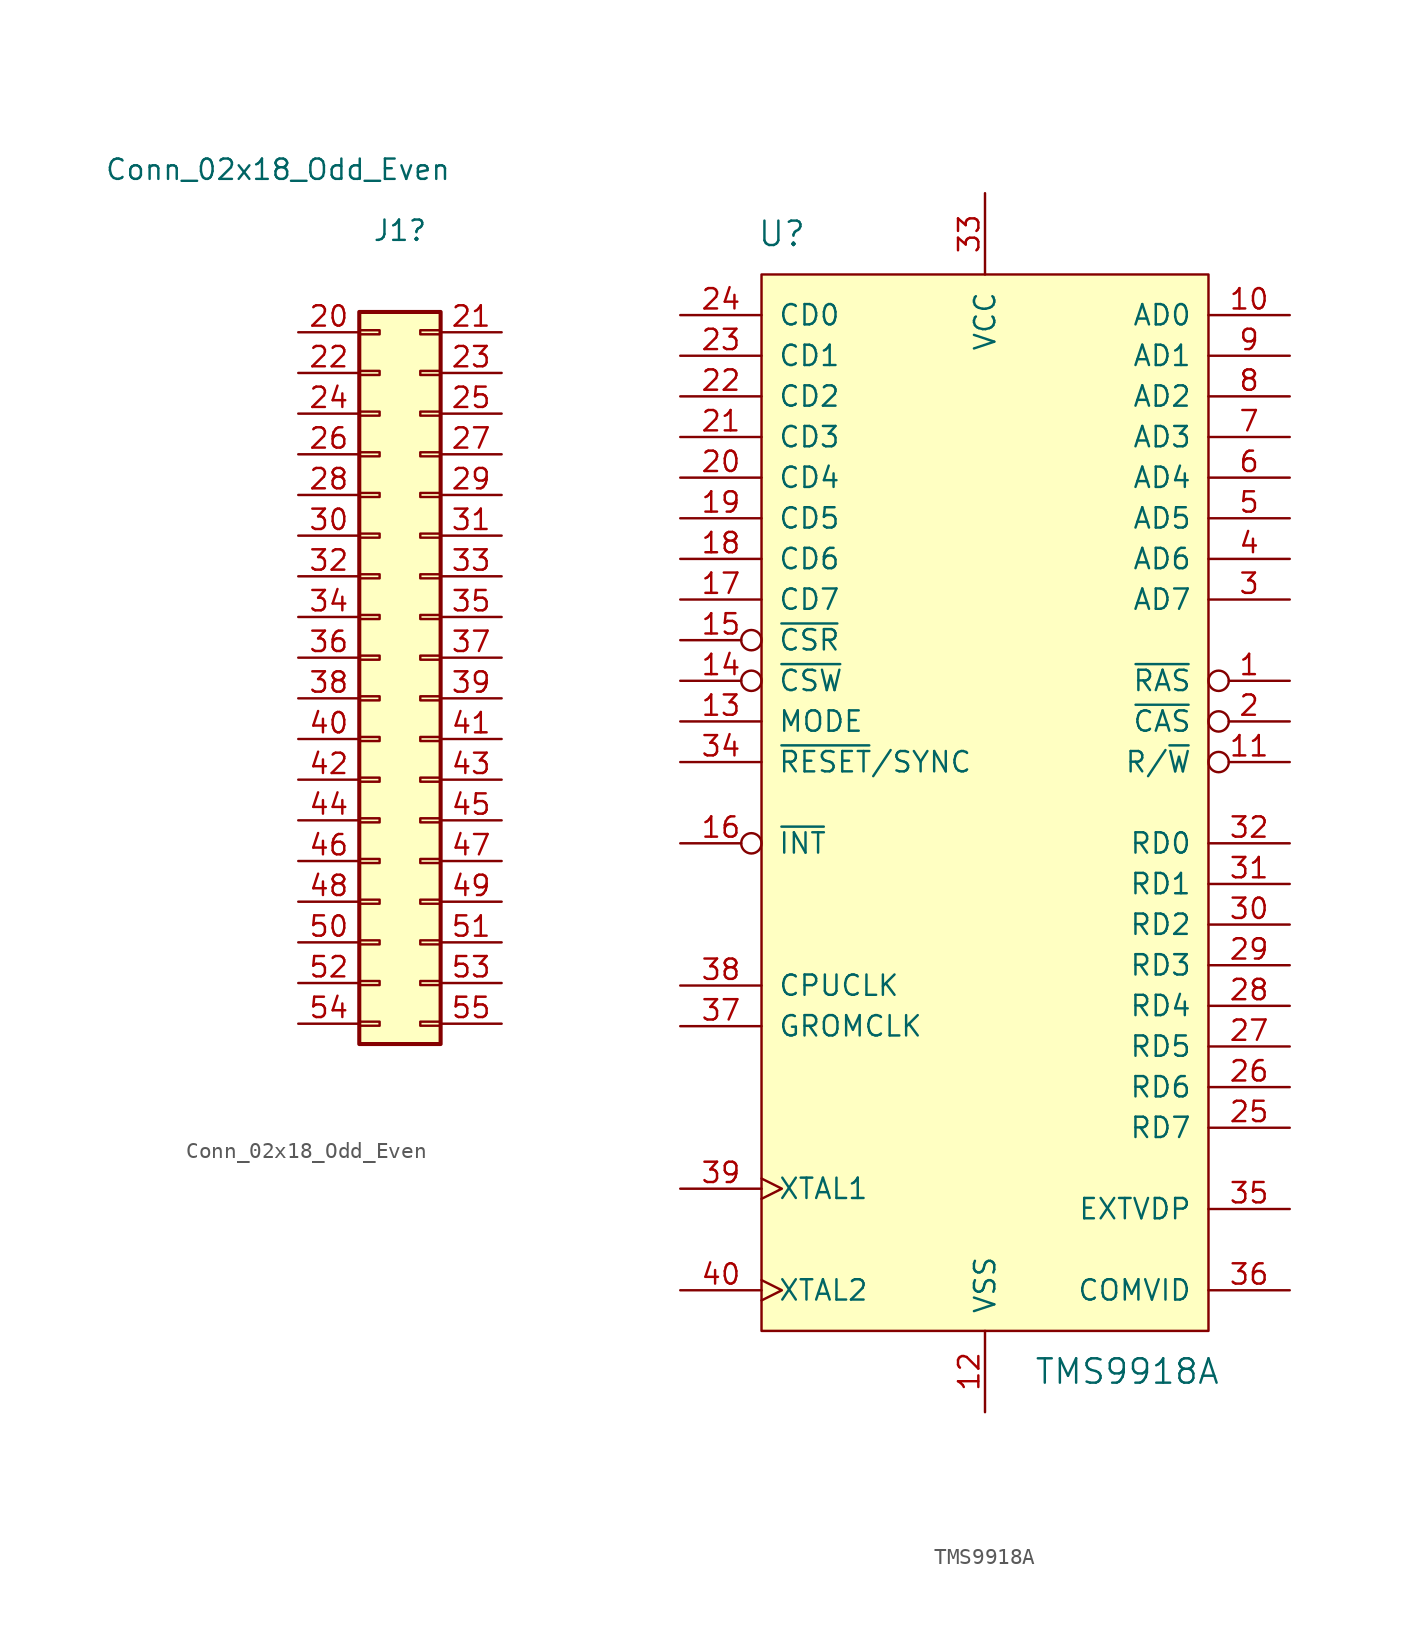
<source format=kicad_sym>
(kicad_symbol_lib
  (version 20211014)
  (generator kicad_symbol_editor)
  (symbol "Conn_02x18_Odd_Even"
    (pin_names
      (offset 1.016) hide)
    (property "Reference" "J1"
      (at 1.27 26.67 0)
      (effects (font (size 1.27 1.27))))
    (property "Value" "Conn_02x18_Odd_Even"
      (at -6.35 30.48 0)
      (effects (font (size 1.27 1.27))))
    (symbol "Conn_02x18_Odd_Even_1_1"
      (rectangle (start -1.27 -22.733) (end 0 -22.987) (stroke (width 0.152) (type default) (color 0 0 0 0)) (fill (type none)))
      (rectangle (start -1.27 -20.193) (end 0 -20.447) (stroke (width 0.152) (type default) (color 0 0 0 0)) (fill (type none)))
      (rectangle (start -1.27 -17.653) (end 0 -17.907) (stroke (width 0.152) (type default) (color 0 0 0 0)) (fill (type none)))
      (rectangle (start -1.27 -15.113) (end 0 -15.367) (stroke (width 0.152) (type default) (color 0 0 0 0)) (fill (type none)))
      (rectangle (start -1.27 -12.573) (end 0 -12.827) (stroke (width 0.152) (type default) (color 0 0 0 0)) (fill (type none)))
      (rectangle (start -1.27 -10.033) (end 0 -10.287) (stroke (width 0.152) (type default) (color 0 0 0 0)) (fill (type none)))
      (rectangle (start -1.27 -7.493) (end 0 -7.747) (stroke (width 0.152) (type default) (color 0 0 0 0)) (fill (type none)))
      (rectangle (start -1.27 -4.953) (end 0 -5.207) (stroke (width 0.152) (type default) (color 0 0 0 0)) (fill (type none)))
      (rectangle (start -1.27 -2.413) (end 0 -2.667) (stroke (width 0.152) (type default) (color 0 0 0 0)) (fill (type none)))
      (rectangle (start -1.27 0.127) (end 0 -0.127) (stroke (width 0.152) (type default) (color 0 0 0 0)) (fill (type none)))
      (rectangle (start -1.27 2.667) (end 0 2.413) (stroke (width 0.152) (type default) (color 0 0 0 0)) (fill (type none)))
      (rectangle (start -1.27 5.207) (end 0 4.953) (stroke (width 0.152) (type default) (color 0 0 0 0)) (fill (type none)))
      (rectangle (start -1.27 7.747) (end 0 7.493) (stroke (width 0.152) (type default) (color 0 0 0 0)) (fill (type none)))
      (rectangle (start -1.27 10.287) (end 0 10.033) (stroke (width 0.152) (type default) (color 0 0 0 0)) (fill (type none)))
      (rectangle (start -1.27 12.827) (end 0 12.573) (stroke (width 0.152) (type default) (color 0 0 0 0)) (fill (type none)))
      (rectangle (start -1.27 15.367) (end 0 15.113) (stroke (width 0.152) (type default) (color 0 0 0 0)) (fill (type none)))
      (rectangle (start -1.27 17.907) (end 0 17.653) (stroke (width 0.152) (type default) (color 0 0 0 0)) (fill (type none)))
      (rectangle (start -1.27 20.447) (end 0 20.193) (stroke (width 0.152) (type default) (color 0 0 0 0)) (fill (type none)))
      (rectangle (start -1.27 21.59) (end 3.81 -24.13) (stroke (width 0.254) (type default) (color 0 0 0 0)) (fill (type background)))
      (rectangle (start 3.81 -22.733) (end 2.54 -22.987) (stroke (width 0.152) (type default) (color 0 0 0 0)) (fill (type none)))
      (rectangle (start 3.81 -20.193) (end 2.54 -20.447) (stroke (width 0.152) (type default) (color 0 0 0 0)) (fill (type none)))
      (rectangle (start 3.81 -17.653) (end 2.54 -17.907) (stroke (width 0.152) (type default) (color 0 0 0 0)) (fill (type none)))
      (rectangle (start 3.81 -15.113) (end 2.54 -15.367) (stroke (width 0.152) (type default) (color 0 0 0 0)) (fill (type none)))
      (rectangle (start 3.81 -12.573) (end 2.54 -12.827) (stroke (width 0.152) (type default) (color 0 0 0 0)) (fill (type none)))
      (rectangle (start 3.81 -10.033) (end 2.54 -10.287) (stroke (width 0.152) (type default) (color 0 0 0 0)) (fill (type none)))
      (rectangle (start 3.81 -7.493) (end 2.54 -7.747) (stroke (width 0.152) (type default) (color 0 0 0 0)) (fill (type none)))
      (rectangle (start 3.81 -4.953) (end 2.54 -5.207) (stroke (width 0.152) (type default) (color 0 0 0 0)) (fill (type none)))
      (rectangle (start 3.81 -2.413) (end 2.54 -2.667) (stroke (width 0.152) (type default) (color 0 0 0 0)) (fill (type none)))
      (rectangle (start 3.81 0.127) (end 2.54 -0.127) (stroke (width 0.152) (type default) (color 0 0 0 0)) (fill (type none)))
      (rectangle (start 3.81 2.667) (end 2.54 2.413) (stroke (width 0.152) (type default) (color 0 0 0 0)) (fill (type none)))
      (rectangle (start 3.81 5.207) (end 2.54 4.953) (stroke (width 0.152) (type default) (color 0 0 0 0)) (fill (type none)))
      (rectangle (start 3.81 7.747) (end 2.54 7.493) (stroke (width 0.152) (type default) (color 0 0 0 0)) (fill (type none)))
      (rectangle (start 3.81 10.287) (end 2.54 10.033) (stroke (width 0.152) (type default) (color 0 0 0 0)) (fill (type none)))
      (rectangle (start 3.81 12.827) (end 2.54 12.573) (stroke (width 0.152) (type default) (color 0 0 0 0)) (fill (type none)))
      (rectangle (start 3.81 15.367) (end 2.54 15.113) (stroke (width 0.152) (type default) (color 0 0 0 0)) (fill (type none)))
      (rectangle (start 3.81 17.907) (end 2.54 17.653) (stroke (width 0.152) (type default) (color 0 0 0 0)) (fill (type none)))
      (rectangle (start 3.81 20.447) (end 2.54 20.193) (stroke (width 0.152) (type default) (color 0 0 0 0)) (fill (type none)))
      (pin passive line (at -5.08 20.32 0) (length 3.81) (name "Pin_1" (effects (font (size 1.27 1.27)))) (number "20" (effects (font (size 1.27 1.27)))))
      (pin passive line (at 7.62 20.32 180) (length 3.81) (name "Pin_2" (effects (font (size 1.27 1.27)))) (number "21" (effects (font (size 1.27 1.27)))))
      (pin passive line (at -5.08 17.78 0) (length 3.81) (name "Pin_3" (effects (font (size 1.27 1.27)))) (number "22" (effects (font (size 1.27 1.27)))))
      (pin passive line (at 7.62 17.78 180) (length 3.81) (name "Pin_4" (effects (font (size 1.27 1.27)))) (number "23" (effects (font (size 1.27 1.27)))))
      (pin passive line (at -5.08 15.24 0) (length 3.81) (name "Pin_4" (effects (font (size 1.27 1.27)))) (number "24" (effects (font (size 1.27 1.27)))))
      (pin passive line (at 7.62 15.24 180) (length 3.81) (name "Pin_6" (effects (font (size 1.27 1.27)))) (number "25" (effects (font (size 1.27 1.27)))))
      (pin passive line (at -5.08 12.7 0) (length 3.81) (name "Pin_7" (effects (font (size 1.27 1.27)))) (number "26" (effects (font (size 1.27 1.27)))))
      (pin passive line (at 7.62 12.7 180) (length 3.81) (name "Pin_8" (effects (font (size 1.27 1.27)))) (number "27" (effects (font (size 1.27 1.27)))))
      (pin passive line (at -5.08 10.16 0) (length 3.81) (name "Pin_9" (effects (font (size 1.27 1.27)))) (number "28" (effects (font (size 1.27 1.27)))))
      (pin passive line (at 7.62 10.16 180) (length 3.81) (name "Pin_10" (effects (font (size 1.27 1.27)))) (number "29" (effects (font (size 1.27 1.27)))))
      (pin passive line (at -5.08 7.62 0) (length 3.81) (name "Pin_11" (effects (font (size 1.27 1.27)))) (number "30" (effects (font (size 1.27 1.27)))))
      (pin passive line (at 7.62 7.62 180) (length 3.81) (name "Pin_12" (effects (font (size 1.27 1.27)))) (number "31" (effects (font (size 1.27 1.27)))))
      (pin passive line (at -5.08 5.08 0) (length 3.81) (name "Pin_13" (effects (font (size 1.27 1.27)))) (number "32" (effects (font (size 1.27 1.27)))))
      (pin passive line (at 7.62 5.08 180) (length 3.81) (name "Pin_14" (effects (font (size 1.27 1.27)))) (number "33" (effects (font (size 1.27 1.27)))))
      (pin passive line (at -5.08 2.54 0) (length 3.81) (name "Pin_15" (effects (font (size 1.27 1.27)))) (number "34" (effects (font (size 1.27 1.27)))))
      (pin passive line (at 7.62 2.54 180) (length 3.81) (name "Pin_16" (effects (font (size 1.27 1.27)))) (number "35" (effects (font (size 1.27 1.27)))))
      (pin passive line (at -5.08 0 0) (length 3.81) (name "Pin_17" (effects (font (size 1.27 1.27)))) (number "36" (effects (font (size 1.27 1.27)))))
      (pin passive line (at 7.62 0 180) (length 3.81) (name "Pin_18" (effects (font (size 1.27 1.27)))) (number "37" (effects (font (size 1.27 1.27)))))
      (pin passive line (at -5.08 -2.54 0) (length 3.81) (name "Pin_19" (effects (font (size 1.27 1.27)))) (number "38" (effects (font (size 1.27 1.27)))))
      (pin passive line (at 7.62 -2.54 180) (length 3.81) (name "Pin_20" (effects (font (size 1.27 1.27)))) (number "39" (effects (font (size 1.27 1.27)))))
      (pin passive line (at -5.08 -5.08 0) (length 3.81) (name "Pin_21" (effects (font (size 1.27 1.27)))) (number "40" (effects (font (size 1.27 1.27)))))
      (pin passive line (at 7.62 -5.08 180) (length 3.81) (name "Pin_22" (effects (font (size 1.27 1.27)))) (number "41" (effects (font (size 1.27 1.27)))))
      (pin passive line (at -5.08 -7.62 0) (length 3.81) (name "Pin_23" (effects (font (size 1.27 1.27)))) (number "42" (effects (font (size 1.27 1.27)))))
      (pin passive line (at 7.62 -7.62 180) (length 3.81) (name "Pin_24" (effects (font (size 1.27 1.27)))) (number "43" (effects (font (size 1.27 1.27)))))
      (pin passive line (at -5.08 -10.16 0) (length 3.81) (name "Pin_25" (effects (font (size 1.27 1.27)))) (number "44" (effects (font (size 1.27 1.27)))))
      (pin passive line (at 7.62 -10.16 180) (length 3.81) (name "Pin_26" (effects (font (size 1.27 1.27)))) (number "45" (effects (font (size 1.27 1.27)))))
      (pin passive line (at -5.08 -12.7 0) (length 3.81) (name "Pin_27" (effects (font (size 1.27 1.27)))) (number "46" (effects (font (size 1.27 1.27)))))
      (pin passive line (at 7.62 -12.7 180) (length 3.81) (name "Pin_28" (effects (font (size 1.27 1.27)))) (number "47" (effects (font (size 1.27 1.27)))))
      (pin passive line (at -5.08 -15.24 0) (length 3.81) (name "Pin_29" (effects (font (size 1.27 1.27)))) (number "48" (effects (font (size 1.27 1.27)))))
      (pin passive line (at 7.62 -15.24 180) (length 3.81) (name "Pin_30" (effects (font (size 1.27 1.27)))) (number "49" (effects (font (size 1.27 1.27)))))
      (pin passive line (at -5.08 -17.78 0) (length 3.81) (name "Pin_31" (effects (font (size 1.27 1.27)))) (number "50" (effects (font (size 1.27 1.27)))))
      (pin passive line (at 7.62 -17.78 180) (length 3.81) (name "Pin_32" (effects (font (size 1.27 1.27)))) (number "51" (effects (font (size 1.27 1.27)))))
      (pin passive line (at -5.08 -20.32 0) (length 3.81) (name "Pin_33" (effects (font (size 1.27 1.27)))) (number "52" (effects (font (size 1.27 1.27)))))
      (pin passive line (at 7.62 -20.32 180) (length 3.81) (name "Pin_34" (effects (font (size 1.27 1.27)))) (number "53" (effects (font (size 1.27 1.27)))))
      (pin passive line (at -5.08 -22.86 0) (length 3.81) (name "Pin_35" (effects (font (size 1.27 1.27)))) (number "54" (effects (font (size 1.27 1.27)))))
      (pin passive line (at 7.62 -22.86 180) (length 3.81) (name "Pin_36" (effects (font (size 1.27 1.27)))) (number "55" (effects (font (size 1.27 1.27)))))))
  (symbol "TMS9918A"
    (pin_names
      (offset 1.016))
    (property "Reference" "U"
      (at -12.7 35.56 0)
      (effects (font (size 1.524 1.524))))
    (property "Value" "TMS9918A"
      (at 8.89 -35.56 0)
      (effects (font (size 1.524 1.524))))
    (symbol "TMS9918A_0_1"
      (rectangle (start -13.97 33.02) (end 13.97 -33.02) (stroke (width 0) (type default) (color 0 0 0 0)) (fill (type background))))
    (symbol "TMS9918A_1_1"
      (pin output inverted (at 19.05 7.62 180) (length 5.08) (name "~{RAS}" (effects (font (size 1.27 1.27)))) (number "1" (effects (font (size 1.27 1.27)))))
      (pin output line (at 19.05 30.48 180) (length 5.08) (name "AD0" (effects (font (size 1.27 1.27)))) (number "10" (effects (font (size 1.27 1.27)))))
      (pin output inverted (at 19.05 2.54 180) (length 5.08) (name "R/~{W}" (effects (font (size 1.27 1.27)))) (number "11" (effects (font (size 1.27 1.27)))))
      (pin power_in line (at 0 -38.1 90) (length 5.08) (name "VSS" (effects (font (size 1.27 1.27)))) (number "12" (effects (font (size 1.27 1.27)))))
      (pin input line (at -19.05 5.08 0) (length 5.08) (name "MODE" (effects (font (size 1.27 1.27)))) (number "13" (effects (font (size 1.27 1.27)))))
      (pin input inverted (at -19.05 7.62 0) (length 5.08) (name "~{CSW}" (effects (font (size 1.27 1.27)))) (number "14" (effects (font (size 1.27 1.27)))))
      (pin input inverted (at -19.05 10.16 0) (length 5.08) (name "~{CSR}" (effects (font (size 1.27 1.27)))) (number "15" (effects (font (size 1.27 1.27)))))
      (pin output inverted (at -19.05 -2.54 0) (length 5.08) (name "~{INT}" (effects (font (size 1.27 1.27)))) (number "16" (effects (font (size 1.27 1.27)))))
      (pin bidirectional line (at -19.05 12.7 0) (length 5.08) (name "CD7" (effects (font (size 1.27 1.27)))) (number "17" (effects (font (size 1.27 1.27)))))
      (pin bidirectional line (at -19.05 15.24 0) (length 5.08) (name "CD6" (effects (font (size 1.27 1.27)))) (number "18" (effects (font (size 1.27 1.27)))))
      (pin bidirectional line (at -19.05 17.78 0) (length 5.08) (name "CD5" (effects (font (size 1.27 1.27)))) (number "19" (effects (font (size 1.27 1.27)))))
      (pin output inverted (at 19.05 5.08 180) (length 5.08) (name "~{CAS}" (effects (font (size 1.27 1.27)))) (number "2" (effects (font (size 1.27 1.27)))))
      (pin bidirectional line (at -19.05 20.32 0) (length 5.08) (name "CD4" (effects (font (size 1.27 1.27)))) (number "20" (effects (font (size 1.27 1.27)))))
      (pin bidirectional line (at -19.05 22.86 0) (length 5.08) (name "CD3" (effects (font (size 1.27 1.27)))) (number "21" (effects (font (size 1.27 1.27)))))
      (pin bidirectional line (at -19.05 25.4 0) (length 5.08) (name "CD2" (effects (font (size 1.27 1.27)))) (number "22" (effects (font (size 1.27 1.27)))))
      (pin bidirectional line (at -19.05 27.94 0) (length 5.08) (name "CD1" (effects (font (size 1.27 1.27)))) (number "23" (effects (font (size 1.27 1.27)))))
      (pin bidirectional line (at -19.05 30.48 0) (length 5.08) (name "CD0" (effects (font (size 1.27 1.27)))) (number "24" (effects (font (size 1.27 1.27)))))
      (pin input line (at 19.05 -20.32 180) (length 5.08) (name "RD7" (effects (font (size 1.27 1.27)))) (number "25" (effects (font (size 1.27 1.27)))))
      (pin input line (at 19.05 -17.78 180) (length 5.08) (name "RD6" (effects (font (size 1.27 1.27)))) (number "26" (effects (font (size 1.27 1.27)))))
      (pin input line (at 19.05 -15.24 180) (length 5.08) (name "RD5" (effects (font (size 1.27 1.27)))) (number "27" (effects (font (size 1.27 1.27)))))
      (pin input line (at 19.05 -12.7 180) (length 5.08) (name "RD4" (effects (font (size 1.27 1.27)))) (number "28" (effects (font (size 1.27 1.27)))))
      (pin input line (at 19.05 -10.16 180) (length 5.08) (name "RD3" (effects (font (size 1.27 1.27)))) (number "29" (effects (font (size 1.27 1.27)))))
      (pin output line (at 19.05 12.7 180) (length 5.08) (name "AD7" (effects (font (size 1.27 1.27)))) (number "3" (effects (font (size 1.27 1.27)))))
      (pin input line (at 19.05 -7.62 180) (length 5.08) (name "RD2" (effects (font (size 1.27 1.27)))) (number "30" (effects (font (size 1.27 1.27)))))
      (pin input line (at 19.05 -5.08 180) (length 5.08) (name "RD1" (effects (font (size 1.27 1.27)))) (number "31" (effects (font (size 1.27 1.27)))))
      (pin input line (at 19.05 -2.54 180) (length 5.08) (name "RD0" (effects (font (size 1.27 1.27)))) (number "32" (effects (font (size 1.27 1.27)))))
      (pin power_in line (at 0 38.1 270) (length 5.08) (name "VCC" (effects (font (size 1.27 1.27)))) (number "33" (effects (font (size 1.27 1.27)))))
      (pin input line (at -19.05 2.54 0) (length 5.08) (name "~{RESET}/SYNC" (effects (font (size 1.27 1.27)))) (number "34" (effects (font (size 1.27 1.27)))))
      (pin bidirectional line (at 19.05 -25.4 180) (length 5.08) (name "EXTVDP" (effects (font (size 1.27 1.27)))) (number "35" (effects (font (size 1.27 1.27)))))
      (pin output line (at 19.05 -30.48 180) (length 5.08) (name "COMVID" (effects (font (size 1.27 1.27)))) (number "36" (effects (font (size 1.27 1.27)))))
      (pin output line (at -19.05 -13.97 0) (length 5.08) (name "GROMCLK" (effects (font (size 1.27 1.27)))) (number "37" (effects (font (size 1.27 1.27)))))
      (pin output line (at -19.05 -11.43 0) (length 5.08) (name "CPUCLK" (effects (font (size 1.27 1.27)))) (number "38" (effects (font (size 1.27 1.27)))))
      (pin input clock (at -19.05 -24.13 0) (length 5.08) (name "XTAL1" (effects (font (size 1.27 1.27)))) (number "39" (effects (font (size 1.27 1.27)))))
      (pin output line (at 19.05 15.24 180) (length 5.08) (name "AD6" (effects (font (size 1.27 1.27)))) (number "4" (effects (font (size 1.27 1.27)))))
      (pin input clock (at -19.05 -30.48 0) (length 5.08) (name "XTAL2" (effects (font (size 1.27 1.27)))) (number "40" (effects (font (size 1.27 1.27)))))
      (pin output line (at 19.05 17.78 180) (length 5.08) (name "AD5" (effects (font (size 1.27 1.27)))) (number "5" (effects (font (size 1.27 1.27)))))
      (pin output line (at 19.05 20.32 180) (length 5.08) (name "AD4" (effects (font (size 1.27 1.27)))) (number "6" (effects (font (size 1.27 1.27)))))
      (pin output line (at 19.05 22.86 180) (length 5.08) (name "AD3" (effects (font (size 1.27 1.27)))) (number "7" (effects (font (size 1.27 1.27)))))
      (pin output line (at 19.05 25.4 180) (length 5.08) (name "AD2" (effects (font (size 1.27 1.27)))) (number "8" (effects (font (size 1.27 1.27)))))
      (pin output line (at 19.05 27.94 180) (length 5.08) (name "AD1" (effects (font (size 1.27 1.27)))) (number "9" (effects (font (size 1.27 1.27))))))))
</source>
